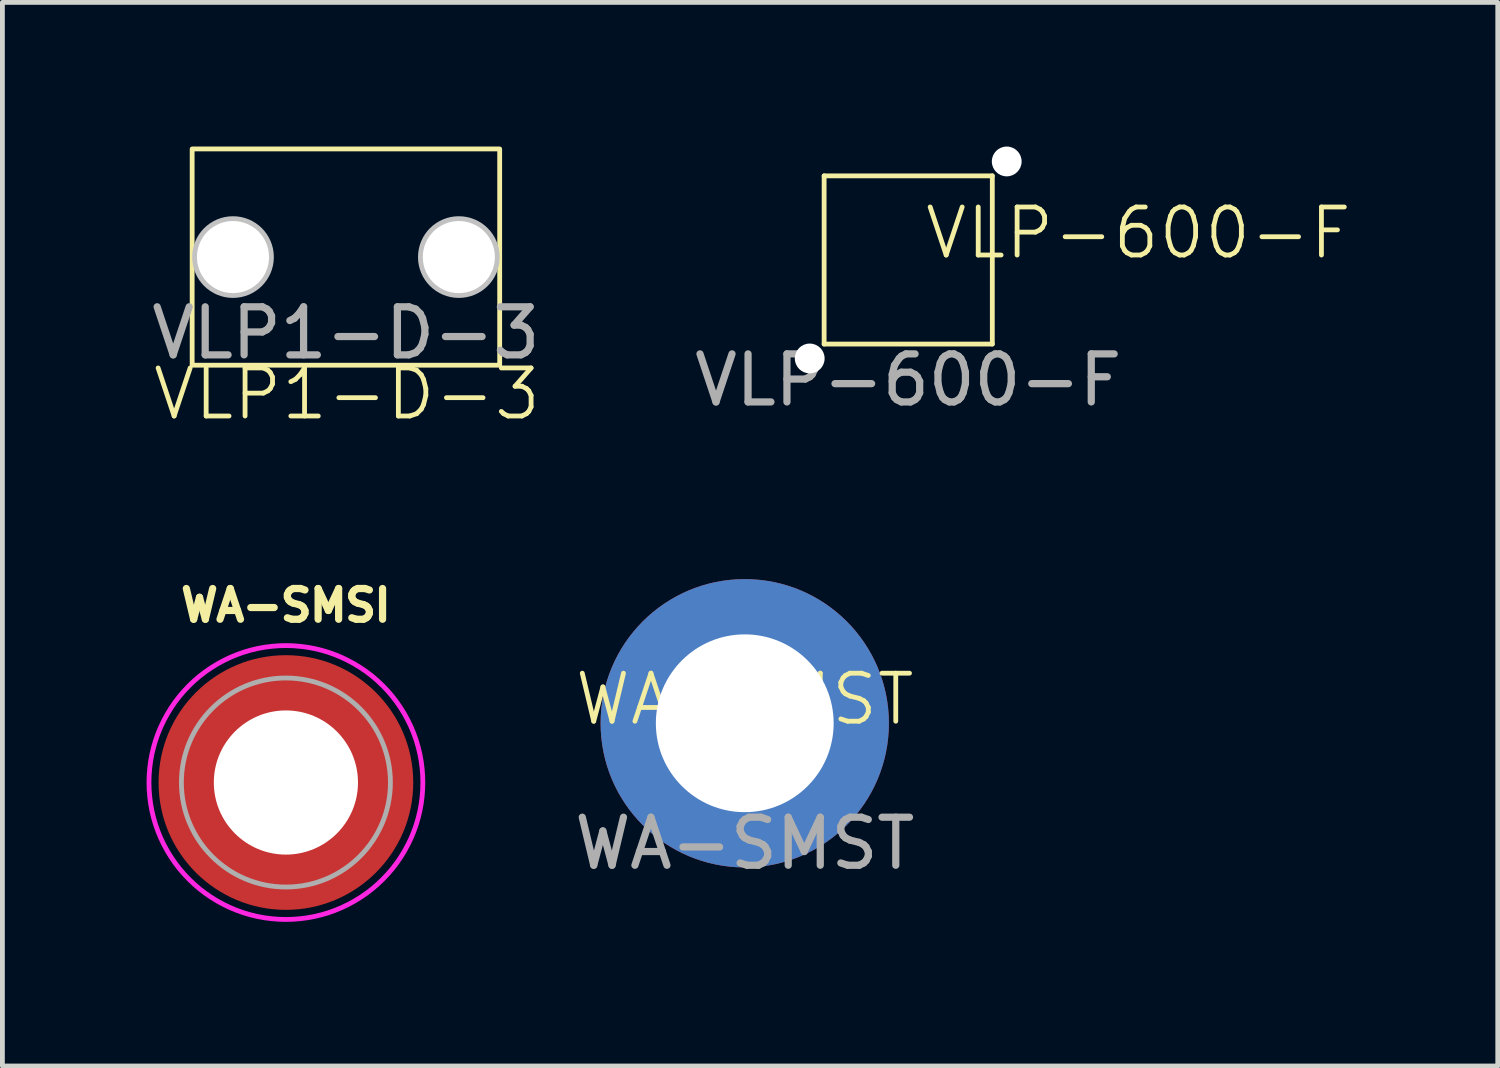
<source format=kicad_pcb>
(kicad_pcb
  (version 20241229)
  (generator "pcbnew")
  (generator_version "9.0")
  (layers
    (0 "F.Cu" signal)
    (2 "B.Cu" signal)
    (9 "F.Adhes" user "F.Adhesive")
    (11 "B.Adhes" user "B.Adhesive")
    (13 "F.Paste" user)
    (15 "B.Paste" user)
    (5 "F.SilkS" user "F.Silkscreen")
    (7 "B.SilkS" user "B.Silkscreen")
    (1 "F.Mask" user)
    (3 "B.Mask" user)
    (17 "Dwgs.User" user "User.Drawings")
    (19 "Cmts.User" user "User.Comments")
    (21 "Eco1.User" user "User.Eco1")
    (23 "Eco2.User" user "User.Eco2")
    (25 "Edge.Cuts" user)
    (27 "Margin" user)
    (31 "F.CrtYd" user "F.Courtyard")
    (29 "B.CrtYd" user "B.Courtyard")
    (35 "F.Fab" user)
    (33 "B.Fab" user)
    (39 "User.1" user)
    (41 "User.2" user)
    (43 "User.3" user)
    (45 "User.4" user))
  (footprint "VLP-600-F"
    (layer "F.Cu")
    (at 15.851 2.36)
    (property "Reference" "VLP-600-F" (at 4.79 -0.56 0) (unlocked yes) (layer "F.SilkS") (effects (font (size 1 1) (thickness 0.1))))
    (attr through_hole)
    (fp_line (start -1.75 -1.75) (end 1.75 -1.75) (stroke (width 0.1) (type default)) (layer "F.SilkS"))
    (fp_line (start -1.75 1.75) (end -1.75 -1.75) (stroke (width 0.1) (type default)) (layer "F.SilkS"))
    (fp_line (start 1.75 -1.75) (end 1.75 1.75) (stroke (width 0.1) (type default)) (layer "F.SilkS"))
    (fp_line (start 1.75 1.75) (end -1.75 1.75) (stroke (width 0.1) (type default)) (layer "F.SilkS"))
    (fp_text user "${REFERENCE}" (at 0 2.5 0) (unlocked yes) (layer "F.Fab") (effects (font (size 1 1) (thickness 0.15))))
    (pad "" np_thru_hole circle (at -2.05 2.05 180) (size 0.62 0.62) (drill 0.62) (layers "*.Cu" "*.Mask"))
    (pad "" np_thru_hole circle (at 2.05 -2.05 180) (size 0.62 0.62) (drill 0.62) (layers "*.Cu" "*.Mask")))
  (footprint "VLP1-D-3"
    (layer "F.Cu")
    (at 4.149 2.3)
    (property "Reference" "VLP1-D-3" (at 0.02 2.85 0) (unlocked yes) (layer "F.SilkS") (effects (font (size 1 1) (thickness 0.1))))
    (attr through_hole)
    (fp_rect (start -3.2 -2.25) (end 3.2 2.25) (stroke (width 0.1) (type default)) (fill no) (layer "F.SilkS"))
    (fp_circle (center -2.35 0) (end -1.6 0) (stroke (width 0.2) (type default)) (fill no) (layer "Dwgs.User"))
    (fp_circle (center 2.35 0) (end 3.1 0) (stroke (width 0.2) (type default)) (fill no) (layer "Dwgs.User"))
    (fp_text user "${REFERENCE}" (at 0 1.58 0) (unlocked yes) (layer "F.Fab") (effects (font (size 1 1) (thickness 0.15))))
    (pad "" np_thru_hole circle (at -2.35 0) (size 1.5 1.5) (drill 1.5) (layers "*.Cu" "*.Mask"))
    (pad "" np_thru_hole circle (at 2.35 0) (size 1.5 1.5) (drill 1.5) (layers "*.Cu" "*.Mask")))
  (footprint "WA-SMST"
    (layer "F.Cu")
    (at 12.449 12.002)
    (property "Reference" "WA-SMST" (at 0 -0.5 0) (unlocked yes) (layer "F.SilkS") (effects (font (size 1 1) (thickness 0.1))))
    (attr through_hole)
    (fp_circle (center 0 0.01) (end 3.052 0.01) (stroke (width 0.1) (type solid)) (fill yes) (layer "B.Mask"))
    (fp_text user "${REFERENCE}" (at 0 2.5 0) (unlocked yes) (layer "F.Fab") (effects (font (size 1 1) (thickness 0.15))))
    (pad "1" thru_hole circle (at 0 0) (size 6 6) (drill 3.7) (layers "*.Cu" "F.Mask")))
  (footprint "WA-SMSI"
    (layer "F.Cu")
    (at 2.9 13.235)
    (property "Reference" "WA-SMSI" (at 0 -3.686 0) (layer "F.SilkS") (effects (font (size 0.64 0.64) (thickness 0.15))))
    (attr smd)
    (fp_poly (pts (xy -2.54 0.3) (xy -1.52 0.3) (xy -1.51 0.355) (xy -1.49 0.43) (xy -1.46 0.525) (xy -1.42 0.625) (xy -1.355 0.755) (xy -1.31 0.83) (xy -1.255 0.91) (xy -1.205 0.975) (xy -1.145 1.045) (xy -1.11 1.08) (xy -1.07 1.12) (xy -1.025 1.165) (xy -0.97 1.21) (xy -0.89 1.27) (xy -0.815 1.32) (xy -0.745 1.36) (xy -0.645 1.41) (xy -0.575 1.44) (xy -0.51 1.465) (xy -0.43 1.49) (xy -0.355 1.51) (xy -0.3 1.52) (xy -0.3 2.54) (xy -0.36 2.535) (xy -0.425 2.525) (xy -0.51 2.51) (xy -0.6 2.49) (xy -0.675 2.47) (xy -0.75 2.45) (xy -0.825 2.425) (xy -0.895 2.4) (xy -0.97 2.37) (xy -1.04 2.34) (xy -1.115 2.305) (xy -1.165 2.28) (xy -1.25 2.235) (xy -1.32 2.195) (xy -1.39 2.15) (xy -1.465 2.1) (xy -1.56 2.03) (xy -1.655 1.955) (xy -1.715 1.9) (xy -1.785 1.835) (xy -1.845 1.775) (xy -1.905 1.71) (xy -1.955 1.655) (xy -2.01 1.585) (xy -2.06 1.52) (xy -2.11 1.45) (xy -2.16 1.375) (xy -2.2 1.31) (xy -2.245 1.23) (xy -2.285 1.155) (xy -2.325 1.075) (xy -2.36 0.995) (xy -2.39 0.92) (xy -2.415 0.855) (xy -2.445 0.76) (xy -2.475 0.66) (xy -2.5 0.56) (xy -2.515 0.485) (xy -2.525 0.425) (xy -2.535 0.36)) (stroke (width 0.01) (type solid)) (fill yes) (layer "F.Paste"))
    (fp_poly (pts (xy -0.3 -2.54) (xy -0.3 -1.52) (xy -0.355 -1.51) (xy -0.43 -1.49) (xy -0.525 -1.46) (xy -0.625 -1.42) (xy -0.755 -1.355) (xy -0.83 -1.31) (xy -0.91 -1.255) (xy -0.975 -1.205) (xy -1.045 -1.145) (xy -1.08 -1.11) (xy -1.12 -1.07) (xy -1.165 -1.025) (xy -1.21 -0.97) (xy -1.27 -0.89) (xy -1.32 -0.815) (xy -1.36 -0.745) (xy -1.41 -0.645) (xy -1.44 -0.575) (xy -1.465 -0.51) (xy -1.49 -0.43) (xy -1.51 -0.355) (xy -1.52 -0.3) (xy -2.54 -0.3) (xy -2.535 -0.36) (xy -2.525 -0.425) (xy -2.51 -0.51) (xy -2.49 -0.6) (xy -2.47 -0.675) (xy -2.45 -0.75) (xy -2.425 -0.825) (xy -2.4 -0.895) (xy -2.37 -0.97) (xy -2.34 -1.04) (xy -2.305 -1.115) (xy -2.28 -1.165) (xy -2.235 -1.25) (xy -2.195 -1.32) (xy -2.15 -1.39) (xy -2.1 -1.465) (xy -2.03 -1.56) (xy -1.955 -1.655) (xy -1.9 -1.715) (xy -1.835 -1.785) (xy -1.775 -1.845) (xy -1.71 -1.905) (xy -1.655 -1.955) (xy -1.585 -2.01) (xy -1.52 -2.06) (xy -1.45 -2.11) (xy -1.375 -2.16) (xy -1.31 -2.2) (xy -1.23 -2.245) (xy -1.155 -2.285) (xy -1.075 -2.325) (xy -0.995 -2.36) (xy -0.92 -2.39) (xy -0.855 -2.415) (xy -0.76 -2.445) (xy -0.66 -2.475) (xy -0.56 -2.5) (xy -0.485 -2.515) (xy -0.425 -2.525) (xy -0.36 -2.535)) (stroke (width 0.01) (type solid)) (fill yes) (layer "F.Paste"))
    (fp_poly (pts (xy 0.3 2.54) (xy 0.3 1.52) (xy 0.355 1.51) (xy 0.43 1.49) (xy 0.525 1.46) (xy 0.625 1.42) (xy 0.755 1.355) (xy 0.83 1.31) (xy 0.91 1.255) (xy 0.975 1.205) (xy 1.045 1.145) (xy 1.08 1.11) (xy 1.12 1.07) (xy 1.165 1.025) (xy 1.21 0.97) (xy 1.27 0.89) (xy 1.32 0.815) (xy 1.36 0.745) (xy 1.41 0.645) (xy 1.44 0.575) (xy 1.465 0.51) (xy 1.49 0.43) (xy 1.51 0.355) (xy 1.52 0.3) (xy 2.54 0.3) (xy 2.535 0.36) (xy 2.525 0.425) (xy 2.51 0.51) (xy 2.49 0.6) (xy 2.47 0.675) (xy 2.45 0.75) (xy 2.425 0.825) (xy 2.4 0.895) (xy 2.37 0.97) (xy 2.34 1.04) (xy 2.305 1.115) (xy 2.28 1.165) (xy 2.235 1.25) (xy 2.195 1.32) (xy 2.15 1.39) (xy 2.1 1.465) (xy 2.03 1.56) (xy 1.955 1.655) (xy 1.9 1.715) (xy 1.835 1.785) (xy 1.775 1.845) (xy 1.71 1.905) (xy 1.655 1.955) (xy 1.585 2.01) (xy 1.52 2.06) (xy 1.45 2.11) (xy 1.375 2.16) (xy 1.31 2.2) (xy 1.23 2.245) (xy 1.155 2.285) (xy 1.075 2.325) (xy 0.995 2.36) (xy 0.92 2.39) (xy 0.855 2.415) (xy 0.76 2.445) (xy 0.66 2.475) (xy 0.56 2.5) (xy 0.485 2.515) (xy 0.425 2.525) (xy 0.36 2.535)) (stroke (width 0.01) (type solid)) (fill yes) (layer "F.Paste"))
    (fp_poly (pts (xy 2.54 -0.3) (xy 1.52 -0.3) (xy 1.51 -0.355) (xy 1.49 -0.43) (xy 1.46 -0.525) (xy 1.42 -0.625) (xy 1.355 -0.755) (xy 1.31 -0.83) (xy 1.255 -0.91) (xy 1.205 -0.975) (xy 1.145 -1.045) (xy 1.11 -1.08) (xy 1.07 -1.12) (xy 1.025 -1.165) (xy 0.97 -1.21) (xy 0.89 -1.27) (xy 0.815 -1.32) (xy 0.745 -1.36) (xy 0.645 -1.41) (xy 0.575 -1.44) (xy 0.51 -1.465) (xy 0.43 -1.49) (xy 0.355 -1.51) (xy 0.3 -1.52) (xy 0.3 -2.54) (xy 0.36 -2.535) (xy 0.425 -2.525) (xy 0.51 -2.51) (xy 0.6 -2.49) (xy 0.675 -2.47) (xy 0.75 -2.45) (xy 0.825 -2.425) (xy 0.895 -2.4) (xy 0.97 -2.37) (xy 1.04 -2.34) (xy 1.115 -2.305) (xy 1.165 -2.28) (xy 1.25 -2.235) (xy 1.32 -2.195) (xy 1.39 -2.15) (xy 1.465 -2.1) (xy 1.56 -2.03) (xy 1.655 -1.955) (xy 1.715 -1.9) (xy 1.785 -1.835) (xy 1.845 -1.775) (xy 1.905 -1.71) (xy 1.955 -1.655) (xy 2.01 -1.585) (xy 2.06 -1.52) (xy 2.11 -1.45) (xy 2.16 -1.375) (xy 2.2 -1.31) (xy 2.245 -1.23) (xy 2.285 -1.155) (xy 2.325 -1.075) (xy 2.36 -0.995) (xy 2.39 -0.92) (xy 2.415 -0.855) (xy 2.445 -0.76) (xy 2.475 -0.66) (xy 2.5 -0.56) (xy 2.515 -0.485) (xy 2.525 -0.425) (xy 2.535 -0.36)) (stroke (width 0.01) (type solid)) (fill yes) (layer "F.Paste"))
    (fp_poly (pts (xy 0 -2.85) (xy 0.149 -2.846) (xy 0.298 -2.834) (xy 0.446 -2.815) (xy 0.593 -2.788) (xy 0.738 -2.753) (xy 0.881 -2.711) (xy 1.021 -2.661) (xy 1.159 -2.604) (xy 1.294 -2.539) (xy 1.425 -2.468) (xy 1.552 -2.39) (xy 1.675 -2.306) (xy 1.794 -2.215) (xy 1.907 -2.118) (xy 2.015 -2.015) (xy 2.118 -1.907) (xy 2.215 -1.794) (xy 2.306 -1.675) (xy 2.39 -1.552) (xy 2.468 -1.425) (xy 2.539 -1.294) (xy 2.604 -1.159) (xy 2.661 -1.021) (xy 2.711 -0.881) (xy 2.753 -0.738) (xy 2.788 -0.593) (xy 2.815 -0.446) (xy 2.834 -0.298) (xy 2.846 -0.149) (xy 2.85 0) (xy 2.846 0.149) (xy 2.834 0.298) (xy 2.815 0.446) (xy 2.788 0.593) (xy 2.753 0.738) (xy 2.711 0.881) (xy 2.661 1.021) (xy 2.604 1.159) (xy 2.539 1.294) (xy 2.468 1.425) (xy 2.39 1.552) (xy 2.306 1.675) (xy 2.215 1.794) (xy 2.118 1.907) (xy 2.015 2.015) (xy 1.907 2.118) (xy 1.794 2.215) (xy 1.675 2.306) (xy 1.552 2.39) (xy 1.425 2.468) (xy 1.294 2.539) (xy 1.159 2.604) (xy 1.021 2.661) (xy 0.881 2.711) (xy 0.738 2.753) (xy 0.593 2.788) (xy 0.446 2.815) (xy 0.298 2.834) (xy 0.149 2.846) (xy 0 2.85) (xy -0.149 2.846) (xy -0.298 2.834) (xy -0.446 2.815) (xy -0.593 2.788) (xy -0.738 2.753) (xy -0.881 2.711) (xy -1.021 2.661) (xy -1.159 2.604) (xy -1.294 2.539) (xy -1.425 2.468) (xy -1.552 2.39) (xy -1.675 2.306) (xy -1.794 2.215) (xy -1.907 2.118) (xy -2.015 2.015) (xy -2.118 1.907) (xy -2.215 1.794) (xy -2.306 1.675) (xy -2.39 1.552) (xy -2.468 1.425) (xy -2.539 1.294) (xy -2.604 1.159) (xy -2.661 1.021) (xy -2.711 0.881) (xy -2.753 0.738) (xy -2.788 0.593) (xy -2.815 0.446) (xy -2.834 0.298) (xy -2.846 0.149) (xy -2.85 0) (xy -2.846 -0.149) (xy -2.834 -0.298) (xy -2.815 -0.446) (xy -2.788 -0.593) (xy -2.753 -0.738) (xy -2.711 -0.881) (xy -2.661 -1.021) (xy -2.604 -1.159) (xy -2.539 -1.294) (xy -2.468 -1.425) (xy -2.39 -1.552) (xy -2.306 -1.675) (xy -2.215 -1.794) (xy -2.118 -1.907) (xy -2.015 -2.015) (xy -1.907 -2.118) (xy -1.794 -2.215) (xy -1.675 -2.306) (xy -1.552 -2.39) (xy -1.425 -2.468) (xy -1.294 -2.539) (xy -1.159 -2.604) (xy -1.021 -2.661) (xy -0.881 -2.711) (xy -0.738 -2.753) (xy -0.593 -2.788) (xy -0.446 -2.815) (xy -0.298 -2.834) (xy -0.149 -2.846) (xy 0 -2.85)) (stroke (width 0.1) (type solid)) (fill no) (layer "F.CrtYd"))
    (fp_circle (center 0 0) (end 2.175 0) (stroke (width 0.1) (type solid)) (fill no) (layer "F.Fab"))
    (pad "" np_thru_hole circle (at 0 0) (size 3 3) (drill 3) (layers "*.Cu" "*.Mask"))
    (pad "1" smd circle (at 0 0) (size 5.3 5.3) (layers "F.Cu" "F.Mask")))
  (gr_rect
    (start -3 -3)
    (end 28.12 19.135)
    (stroke (width 0.1) (type default))
    (fill no)
    (layer "Edge.Cuts")))
</source>
